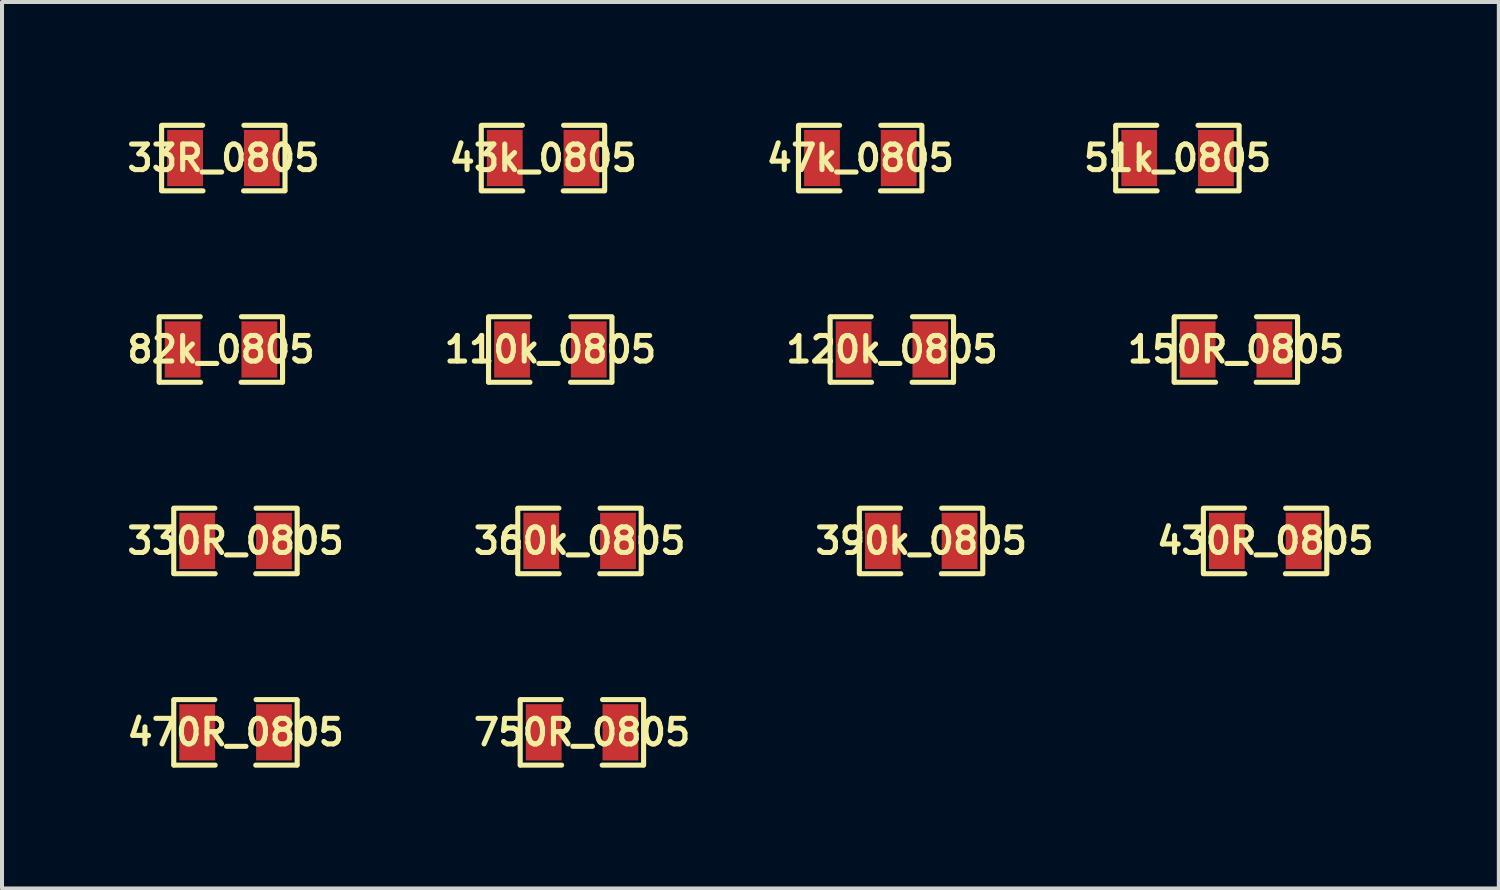
<source format=kicad_pcb>
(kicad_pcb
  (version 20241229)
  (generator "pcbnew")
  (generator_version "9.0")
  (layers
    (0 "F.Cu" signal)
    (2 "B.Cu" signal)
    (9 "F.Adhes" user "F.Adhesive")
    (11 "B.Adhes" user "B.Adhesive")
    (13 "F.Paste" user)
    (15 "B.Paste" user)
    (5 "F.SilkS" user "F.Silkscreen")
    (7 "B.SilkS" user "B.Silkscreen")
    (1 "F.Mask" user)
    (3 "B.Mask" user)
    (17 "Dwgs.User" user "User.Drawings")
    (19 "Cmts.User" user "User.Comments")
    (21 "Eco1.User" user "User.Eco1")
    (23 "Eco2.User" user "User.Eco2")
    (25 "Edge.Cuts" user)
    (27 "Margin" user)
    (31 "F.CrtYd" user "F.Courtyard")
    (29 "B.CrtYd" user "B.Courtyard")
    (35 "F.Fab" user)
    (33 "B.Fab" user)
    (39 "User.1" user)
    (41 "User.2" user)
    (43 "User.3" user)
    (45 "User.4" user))
  (footprint "51k_0805"
    (layer "F.Cu")
    (at 26.202 0.876)
    (property "Reference" "51k_0805" (at 0 0 0) (layer "F.SilkS") (effects (font (size 0.635 0.635) (thickness 0.127))))
    (attr smd)
    (fp_line (start -1.537 0.81) (end -1.537 -0.8) (stroke (width 0.127) (type solid)) (layer "F.SilkS"))
    (fp_line (start -1.532 0.815) (end -0.508 0.815) (stroke (width 0.127) (type solid)) (layer "F.SilkS"))
    (fp_line (start -0.516 -0.813) (end -1.532 -0.813) (stroke (width 0.127) (type solid)) (layer "F.SilkS"))
    (fp_line (start 0.508 -0.813) (end 1.524 -0.813) (stroke (width 0.127) (type solid)) (layer "F.SilkS"))
    (fp_line (start 1.524 0.815) (end 0.5 0.815) (stroke (width 0.127) (type solid)) (layer "F.SilkS"))
    (fp_line (start 1.529 0.81) (end 1.529 -0.8) (stroke (width 0.127) (type solid)) (layer "F.SilkS"))
    (pad "1" smd rect (at -0.953 0) (size 0.889 1.397) (layers "F.Cu" "F.Mask" "F.Paste"))
    (pad "2" smd rect (at 0.953 0) (size 0.889 1.397) (layers "F.Cu" "F.Mask" "F.Paste")))
  (footprint "82k_0805"
    (layer "F.Cu")
    (at 2.44 5.631)
    (property "Reference" "82k_0805" (at 0 0 0) (layer "F.SilkS") (effects (font (size 0.635 0.635) (thickness 0.127))))
    (attr smd)
    (fp_line (start -1.537 0.81) (end -1.537 -0.8) (stroke (width 0.127) (type solid)) (layer "F.SilkS"))
    (fp_line (start -1.532 0.815) (end -0.508 0.815) (stroke (width 0.127) (type solid)) (layer "F.SilkS"))
    (fp_line (start -0.516 -0.813) (end -1.532 -0.813) (stroke (width 0.127) (type solid)) (layer "F.SilkS"))
    (fp_line (start 0.508 -0.813) (end 1.524 -0.813) (stroke (width 0.127) (type solid)) (layer "F.SilkS"))
    (fp_line (start 1.524 0.815) (end 0.5 0.815) (stroke (width 0.127) (type solid)) (layer "F.SilkS"))
    (fp_line (start 1.529 0.81) (end 1.529 -0.8) (stroke (width 0.127) (type solid)) (layer "F.SilkS"))
    (pad "1" smd rect (at -0.953 0) (size 0.889 1.397) (layers "F.Cu" "F.Mask" "F.Paste"))
    (pad "2" smd rect (at 0.953 0) (size 0.889 1.397) (layers "F.Cu" "F.Mask" "F.Paste")))
  (footprint "47k_0805"
    (layer "F.Cu")
    (at 18.322 0.876)
    (property "Reference" "47k_0805" (at 0 0 0) (layer "F.SilkS") (effects (font (size 0.635 0.635) (thickness 0.127))))
    (attr smd)
    (fp_line (start -1.537 0.81) (end -1.537 -0.8) (stroke (width 0.127) (type solid)) (layer "F.SilkS"))
    (fp_line (start -1.532 0.815) (end -0.508 0.815) (stroke (width 0.127) (type solid)) (layer "F.SilkS"))
    (fp_line (start -0.516 -0.813) (end -1.532 -0.813) (stroke (width 0.127) (type solid)) (layer "F.SilkS"))
    (fp_line (start 0.508 -0.813) (end 1.524 -0.813) (stroke (width 0.127) (type solid)) (layer "F.SilkS"))
    (fp_line (start 1.524 0.815) (end 0.5 0.815) (stroke (width 0.127) (type solid)) (layer "F.SilkS"))
    (fp_line (start 1.529 0.81) (end 1.529 -0.8) (stroke (width 0.127) (type solid)) (layer "F.SilkS"))
    (pad "1" smd rect (at -0.953 0) (size 0.889 1.397) (layers "F.Cu" "F.Mask" "F.Paste"))
    (pad "2" smd rect (at 0.953 0) (size 0.889 1.397) (layers "F.Cu" "F.Mask" "F.Paste")))
  (footprint "33R_0805"
    (layer "F.Cu")
    (at 2.501 0.876)
    (property "Reference" "33R_0805" (at 0 0 0) (layer "F.SilkS") (effects (font (size 0.635 0.635) (thickness 0.127))))
    (attr smd)
    (fp_line (start -1.537 0.81) (end -1.537 -0.8) (stroke (width 0.127) (type solid)) (layer "F.SilkS"))
    (fp_line (start -1.532 0.815) (end -0.508 0.815) (stroke (width 0.127) (type solid)) (layer "F.SilkS"))
    (fp_line (start -0.516 -0.813) (end -1.532 -0.813) (stroke (width 0.127) (type solid)) (layer "F.SilkS"))
    (fp_line (start 0.508 -0.813) (end 1.524 -0.813) (stroke (width 0.127) (type solid)) (layer "F.SilkS"))
    (fp_line (start 1.524 0.815) (end 0.5 0.815) (stroke (width 0.127) (type solid)) (layer "F.SilkS"))
    (fp_line (start 1.529 0.81) (end 1.529 -0.8) (stroke (width 0.127) (type solid)) (layer "F.SilkS"))
    (pad "1" smd rect (at -0.953 0) (size 0.889 1.397) (layers "F.Cu" "F.Mask" "F.Paste"))
    (pad "2" smd rect (at 0.953 0) (size 0.889 1.397) (layers "F.Cu" "F.Mask" "F.Paste")))
  (footprint "330R_0805"
    (layer "F.Cu")
    (at 2.803 10.387)
    (property "Reference" "330R_0805" (at 0 0 0) (layer "F.SilkS") (effects (font (size 0.635 0.635) (thickness 0.127))))
    (attr smd)
    (fp_line (start -1.537 0.81) (end -1.537 -0.8) (stroke (width 0.127) (type solid)) (layer "F.SilkS"))
    (fp_line (start -1.532 0.815) (end -0.508 0.815) (stroke (width 0.127) (type solid)) (layer "F.SilkS"))
    (fp_line (start -0.516 -0.813) (end -1.532 -0.813) (stroke (width 0.127) (type solid)) (layer "F.SilkS"))
    (fp_line (start 0.508 -0.813) (end 1.524 -0.813) (stroke (width 0.127) (type solid)) (layer "F.SilkS"))
    (fp_line (start 1.524 0.815) (end 0.5 0.815) (stroke (width 0.127) (type solid)) (layer "F.SilkS"))
    (fp_line (start 1.529 0.81) (end 1.529 -0.8) (stroke (width 0.127) (type solid)) (layer "F.SilkS"))
    (pad "1" smd rect (at -0.953 0) (size 0.889 1.397) (layers "F.Cu" "F.Mask" "F.Paste"))
    (pad "2" smd rect (at 0.953 0) (size 0.889 1.397) (layers "F.Cu" "F.Mask" "F.Paste")))
  (footprint "110k_0805"
    (layer "F.Cu")
    (at 10.623 5.631)
    (property "Reference" "110k_0805" (at 0 0 0) (layer "F.SilkS") (effects (font (size 0.635 0.635) (thickness 0.127))))
    (attr smd)
    (fp_line (start -1.537 0.81) (end -1.537 -0.8) (stroke (width 0.127) (type solid)) (layer "F.SilkS"))
    (fp_line (start -1.532 0.815) (end -0.508 0.815) (stroke (width 0.127) (type solid)) (layer "F.SilkS"))
    (fp_line (start -0.516 -0.813) (end -1.532 -0.813) (stroke (width 0.127) (type solid)) (layer "F.SilkS"))
    (fp_line (start 0.508 -0.813) (end 1.524 -0.813) (stroke (width 0.127) (type solid)) (layer "F.SilkS"))
    (fp_line (start 1.524 0.815) (end 0.5 0.815) (stroke (width 0.127) (type solid)) (layer "F.SilkS"))
    (fp_line (start 1.529 0.81) (end 1.529 -0.8) (stroke (width 0.127) (type solid)) (layer "F.SilkS"))
    (pad "1" smd rect (at -0.953 0) (size 0.889 1.397) (layers "F.Cu" "F.Mask" "F.Paste"))
    (pad "2" smd rect (at 0.953 0) (size 0.889 1.397) (layers "F.Cu" "F.Mask" "F.Paste")))
  (footprint "150R_0805"
    (layer "F.Cu")
    (at 27.654 5.631)
    (property "Reference" "150R_0805" (at 0 0 0) (layer "F.SilkS") (effects (font (size 0.635 0.635) (thickness 0.127))))
    (attr smd)
    (fp_line (start -1.537 0.81) (end -1.537 -0.8) (stroke (width 0.127) (type solid)) (layer "F.SilkS"))
    (fp_line (start -1.532 0.815) (end -0.508 0.815) (stroke (width 0.127) (type solid)) (layer "F.SilkS"))
    (fp_line (start -0.516 -0.813) (end -1.532 -0.813) (stroke (width 0.127) (type solid)) (layer "F.SilkS"))
    (fp_line (start 0.508 -0.813) (end 1.524 -0.813) (stroke (width 0.127) (type solid)) (layer "F.SilkS"))
    (fp_line (start 1.524 0.815) (end 0.5 0.815) (stroke (width 0.127) (type solid)) (layer "F.SilkS"))
    (fp_line (start 1.529 0.81) (end 1.529 -0.8) (stroke (width 0.127) (type solid)) (layer "F.SilkS"))
    (pad "1" smd rect (at -0.953 0) (size 0.889 1.397) (layers "F.Cu" "F.Mask" "F.Paste"))
    (pad "2" smd rect (at 0.953 0) (size 0.889 1.397) (layers "F.Cu" "F.Mask" "F.Paste")))
  (footprint "430R_0805"
    (layer "F.Cu")
    (at 28.38 10.387)
    (property "Reference" "430R_0805" (at 0 0 0) (layer "F.SilkS") (effects (font (size 0.635 0.635) (thickness 0.127))))
    (attr smd)
    (fp_line (start -1.537 0.81) (end -1.537 -0.8) (stroke (width 0.127) (type solid)) (layer "F.SilkS"))
    (fp_line (start -1.532 0.815) (end -0.508 0.815) (stroke (width 0.127) (type solid)) (layer "F.SilkS"))
    (fp_line (start -0.516 -0.813) (end -1.532 -0.813) (stroke (width 0.127) (type solid)) (layer "F.SilkS"))
    (fp_line (start 0.508 -0.813) (end 1.524 -0.813) (stroke (width 0.127) (type solid)) (layer "F.SilkS"))
    (fp_line (start 1.524 0.815) (end 0.5 0.815) (stroke (width 0.127) (type solid)) (layer "F.SilkS"))
    (fp_line (start 1.529 0.81) (end 1.529 -0.8) (stroke (width 0.127) (type solid)) (layer "F.SilkS"))
    (pad "1" smd rect (at -0.953 0) (size 0.889 1.397) (layers "F.Cu" "F.Mask" "F.Paste"))
    (pad "2" smd rect (at 0.953 0) (size 0.889 1.397) (layers "F.Cu" "F.Mask" "F.Paste")))
  (footprint "120k_0805"
    (layer "F.Cu")
    (at 19.108 5.631)
    (property "Reference" "120k_0805" (at 0 0 0) (layer "F.SilkS") (effects (font (size 0.635 0.635) (thickness 0.127))))
    (attr smd)
    (fp_line (start -1.537 0.81) (end -1.537 -0.8) (stroke (width 0.127) (type solid)) (layer "F.SilkS"))
    (fp_line (start -1.532 0.815) (end -0.508 0.815) (stroke (width 0.127) (type solid)) (layer "F.SilkS"))
    (fp_line (start -0.516 -0.813) (end -1.532 -0.813) (stroke (width 0.127) (type solid)) (layer "F.SilkS"))
    (fp_line (start 0.508 -0.813) (end 1.524 -0.813) (stroke (width 0.127) (type solid)) (layer "F.SilkS"))
    (fp_line (start 1.524 0.815) (end 0.5 0.815) (stroke (width 0.127) (type solid)) (layer "F.SilkS"))
    (fp_line (start 1.529 0.81) (end 1.529 -0.8) (stroke (width 0.127) (type solid)) (layer "F.SilkS"))
    (pad "1" smd rect (at -0.953 0) (size 0.889 1.397) (layers "F.Cu" "F.Mask" "F.Paste"))
    (pad "2" smd rect (at 0.953 0) (size 0.889 1.397) (layers "F.Cu" "F.Mask" "F.Paste")))
  (footprint "360k_0805"
    (layer "F.Cu")
    (at 11.349 10.387)
    (property "Reference" "360k_0805" (at 0 0 0) (layer "F.SilkS") (effects (font (size 0.635 0.635) (thickness 0.127))))
    (attr smd)
    (fp_line (start -1.537 0.81) (end -1.537 -0.8) (stroke (width 0.127) (type solid)) (layer "F.SilkS"))
    (fp_line (start -1.532 0.815) (end -0.508 0.815) (stroke (width 0.127) (type solid)) (layer "F.SilkS"))
    (fp_line (start -0.516 -0.813) (end -1.532 -0.813) (stroke (width 0.127) (type solid)) (layer "F.SilkS"))
    (fp_line (start 0.508 -0.813) (end 1.524 -0.813) (stroke (width 0.127) (type solid)) (layer "F.SilkS"))
    (fp_line (start 1.524 0.815) (end 0.5 0.815) (stroke (width 0.127) (type solid)) (layer "F.SilkS"))
    (fp_line (start 1.529 0.81) (end 1.529 -0.8) (stroke (width 0.127) (type solid)) (layer "F.SilkS"))
    (pad "1" smd rect (at -0.953 0) (size 0.889 1.397) (layers "F.Cu" "F.Mask" "F.Paste"))
    (pad "2" smd rect (at 0.953 0) (size 0.889 1.397) (layers "F.Cu" "F.Mask" "F.Paste")))
  (footprint "390k_0805"
    (layer "F.Cu")
    (at 19.834 10.387)
    (property "Reference" "390k_0805" (at 0 0 0) (layer "F.SilkS") (effects (font (size 0.635 0.635) (thickness 0.127))))
    (attr smd)
    (fp_line (start -1.537 0.81) (end -1.537 -0.8) (stroke (width 0.127) (type solid)) (layer "F.SilkS"))
    (fp_line (start -1.532 0.815) (end -0.508 0.815) (stroke (width 0.127) (type solid)) (layer "F.SilkS"))
    (fp_line (start -0.516 -0.813) (end -1.532 -0.813) (stroke (width 0.127) (type solid)) (layer "F.SilkS"))
    (fp_line (start 0.508 -0.813) (end 1.524 -0.813) (stroke (width 0.127) (type solid)) (layer "F.SilkS"))
    (fp_line (start 1.524 0.815) (end 0.5 0.815) (stroke (width 0.127) (type solid)) (layer "F.SilkS"))
    (fp_line (start 1.529 0.81) (end 1.529 -0.8) (stroke (width 0.127) (type solid)) (layer "F.SilkS"))
    (pad "1" smd rect (at -0.953 0) (size 0.889 1.397) (layers "F.Cu" "F.Mask" "F.Paste"))
    (pad "2" smd rect (at 0.953 0) (size 0.889 1.397) (layers "F.Cu" "F.Mask" "F.Paste")))
  (footprint "43k_0805"
    (layer "F.Cu")
    (at 10.442 0.876)
    (property "Reference" "43k_0805" (at 0 0 0) (layer "F.SilkS") (effects (font (size 0.635 0.635) (thickness 0.127))))
    (attr smd)
    (fp_line (start -1.537 0.81) (end -1.537 -0.8) (stroke (width 0.127) (type solid)) (layer "F.SilkS"))
    (fp_line (start -1.532 0.815) (end -0.508 0.815) (stroke (width 0.127) (type solid)) (layer "F.SilkS"))
    (fp_line (start -0.516 -0.813) (end -1.532 -0.813) (stroke (width 0.127) (type solid)) (layer "F.SilkS"))
    (fp_line (start 0.508 -0.813) (end 1.524 -0.813) (stroke (width 0.127) (type solid)) (layer "F.SilkS"))
    (fp_line (start 1.524 0.815) (end 0.5 0.815) (stroke (width 0.127) (type solid)) (layer "F.SilkS"))
    (fp_line (start 1.529 0.81) (end 1.529 -0.8) (stroke (width 0.127) (type solid)) (layer "F.SilkS"))
    (pad "1" smd rect (at -0.953 0) (size 0.889 1.397) (layers "F.Cu" "F.Mask" "F.Paste"))
    (pad "2" smd rect (at 0.953 0) (size 0.889 1.397) (layers "F.Cu" "F.Mask" "F.Paste")))
  (footprint "470R_0805"
    (layer "F.Cu")
    (at 2.803 15.142)
    (property "Reference" "470R_0805" (at 0 0 0) (layer "F.SilkS") (effects (font (size 0.635 0.635) (thickness 0.127))))
    (attr smd)
    (fp_line (start -1.537 0.81) (end -1.537 -0.8) (stroke (width 0.127) (type solid)) (layer "F.SilkS"))
    (fp_line (start -1.532 0.815) (end -0.508 0.815) (stroke (width 0.127) (type solid)) (layer "F.SilkS"))
    (fp_line (start -0.516 -0.813) (end -1.532 -0.813) (stroke (width 0.127) (type solid)) (layer "F.SilkS"))
    (fp_line (start 0.508 -0.813) (end 1.524 -0.813) (stroke (width 0.127) (type solid)) (layer "F.SilkS"))
    (fp_line (start 1.524 0.815) (end 0.5 0.815) (stroke (width 0.127) (type solid)) (layer "F.SilkS"))
    (fp_line (start 1.529 0.81) (end 1.529 -0.8) (stroke (width 0.127) (type solid)) (layer "F.SilkS"))
    (pad "1" smd rect (at -0.953 0) (size 0.889 1.397) (layers "F.Cu" "F.Mask" "F.Paste"))
    (pad "2" smd rect (at 0.953 0) (size 0.889 1.397) (layers "F.Cu" "F.Mask" "F.Paste")))
  (footprint "750R_0805"
    (layer "F.Cu")
    (at 11.409 15.142)
    (property "Reference" "750R_0805" (at 0 0 0) (layer "F.SilkS") (effects (font (size 0.635 0.635) (thickness 0.127))))
    (attr smd)
    (fp_line (start -1.537 0.81) (end -1.537 -0.8) (stroke (width 0.127) (type solid)) (layer "F.SilkS"))
    (fp_line (start -1.532 0.815) (end -0.508 0.815) (stroke (width 0.127) (type solid)) (layer "F.SilkS"))
    (fp_line (start -0.516 -0.813) (end -1.532 -0.813) (stroke (width 0.127) (type solid)) (layer "F.SilkS"))
    (fp_line (start 0.508 -0.813) (end 1.524 -0.813) (stroke (width 0.127) (type solid)) (layer "F.SilkS"))
    (fp_line (start 1.524 0.815) (end 0.5 0.815) (stroke (width 0.127) (type solid)) (layer "F.SilkS"))
    (fp_line (start 1.529 0.81) (end 1.529 -0.8) (stroke (width 0.127) (type solid)) (layer "F.SilkS"))
    (pad "1" smd rect (at -0.953 0) (size 0.889 1.397) (layers "F.Cu" "F.Mask" "F.Paste"))
    (pad "2" smd rect (at 0.953 0) (size 0.889 1.397) (layers "F.Cu" "F.Mask" "F.Paste")))
  (gr_rect
    (start -3 -3)
    (end 34.183 19.021)
    (stroke (width 0.1) (type default))
    (fill no)
    (layer "Edge.Cuts")))
</source>
